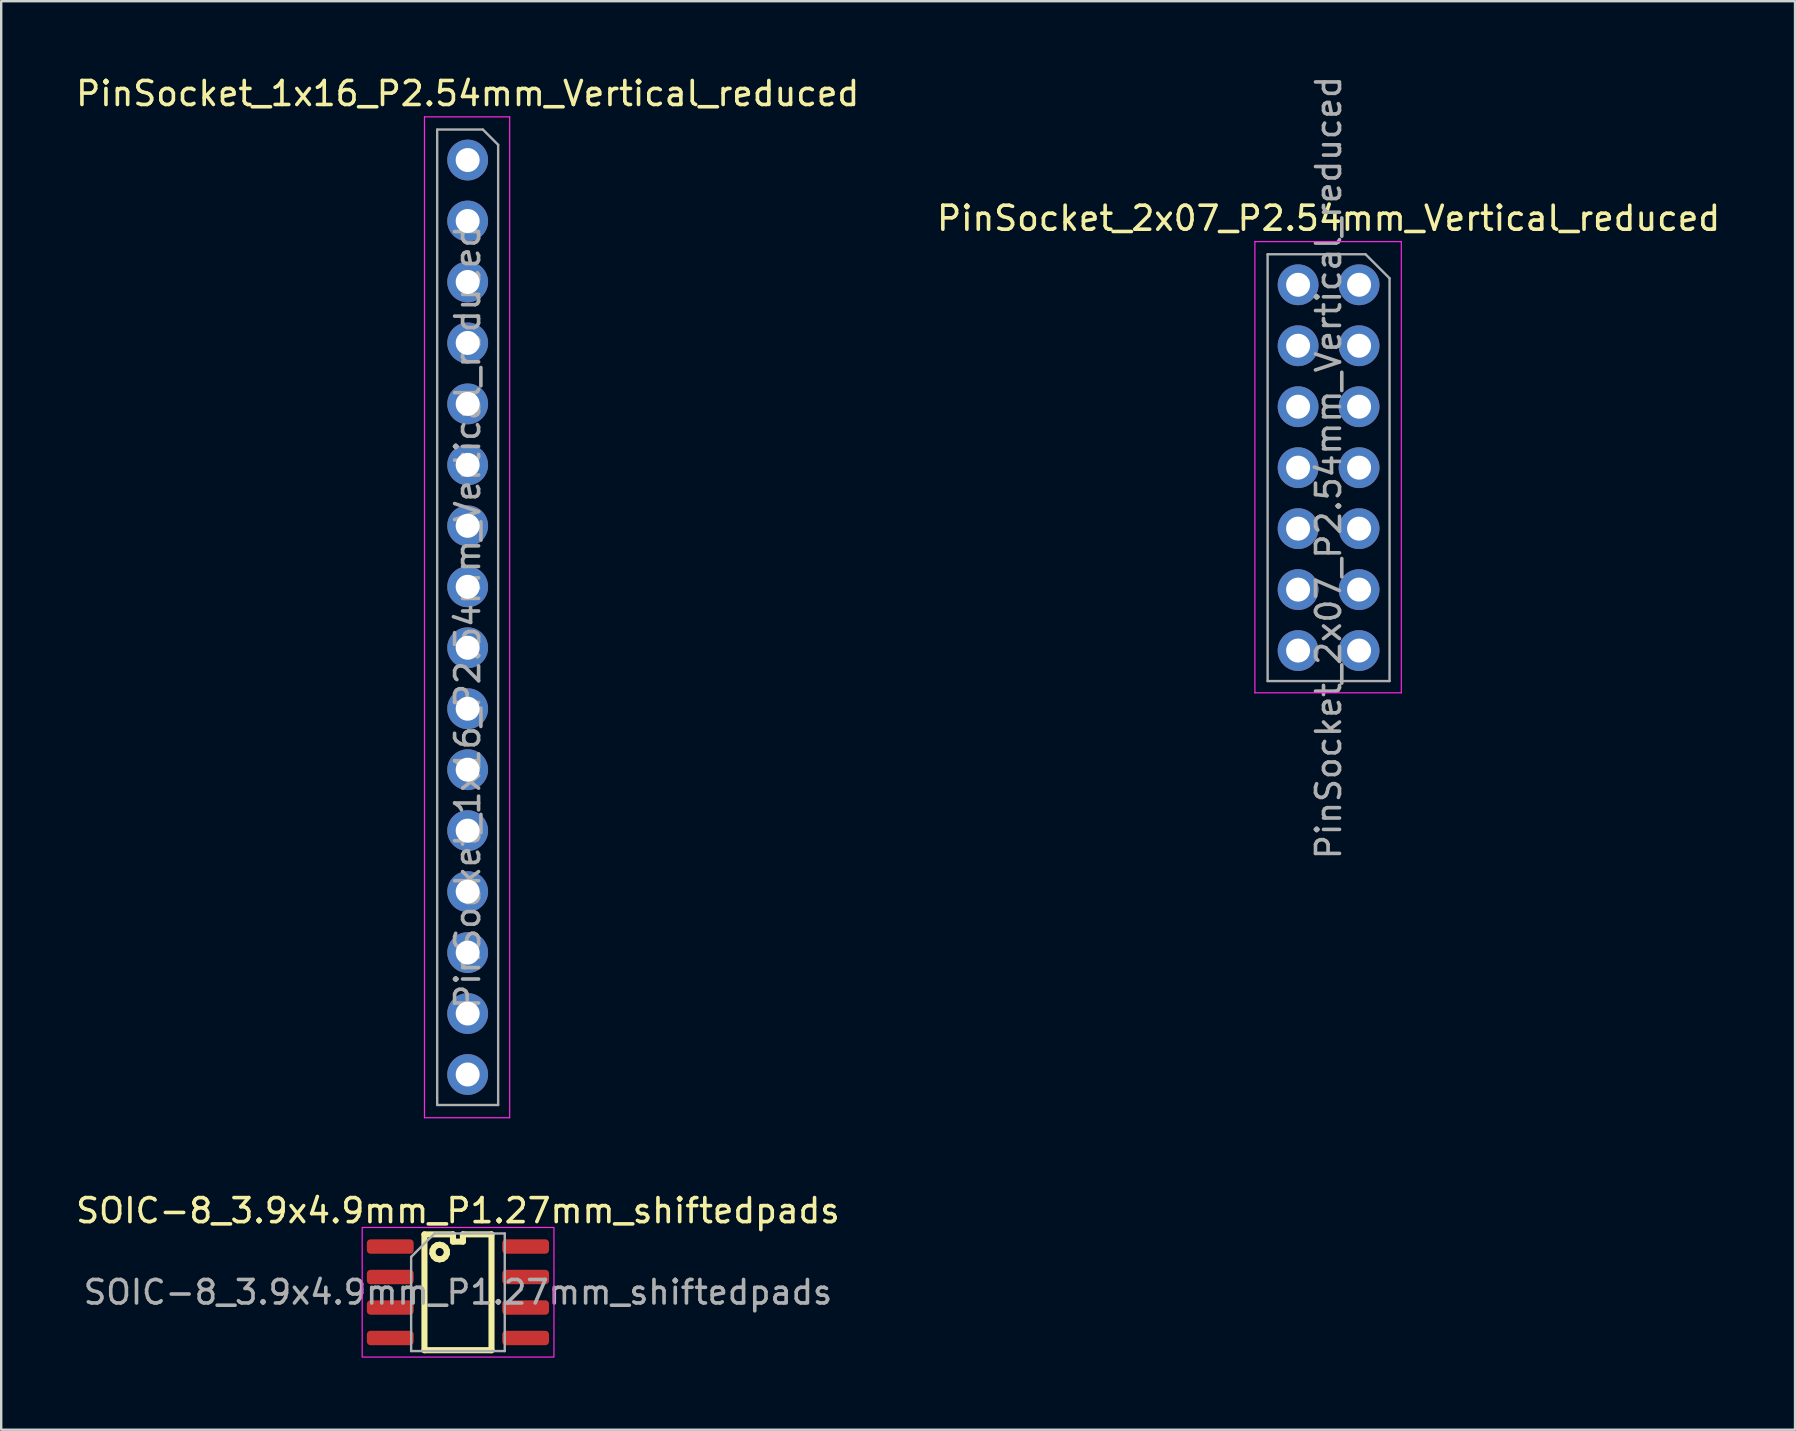
<source format=kicad_pcb>
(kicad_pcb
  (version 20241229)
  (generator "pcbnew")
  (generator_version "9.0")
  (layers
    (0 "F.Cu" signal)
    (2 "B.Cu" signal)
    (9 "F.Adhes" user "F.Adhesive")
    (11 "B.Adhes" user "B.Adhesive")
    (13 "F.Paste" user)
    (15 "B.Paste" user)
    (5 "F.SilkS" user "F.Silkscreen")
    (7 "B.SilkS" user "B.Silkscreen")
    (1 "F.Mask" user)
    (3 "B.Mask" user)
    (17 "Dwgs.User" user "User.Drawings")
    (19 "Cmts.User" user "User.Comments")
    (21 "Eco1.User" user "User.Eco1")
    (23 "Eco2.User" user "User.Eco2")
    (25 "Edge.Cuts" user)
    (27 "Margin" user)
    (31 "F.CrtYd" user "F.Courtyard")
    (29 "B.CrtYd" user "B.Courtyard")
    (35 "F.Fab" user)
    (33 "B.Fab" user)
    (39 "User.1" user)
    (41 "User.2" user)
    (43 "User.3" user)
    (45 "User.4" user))
  (footprint "SOIC-8_3.9x4.9mm_P1.27mm_shiftedpads"
    (layer "F.Cu")
    (at 16.03 50.791)
    (property "Reference" "SOIC-8_3.9x4.9mm_P1.27mm_shiftedpads" (at 0 -3.4 0) (layer "F.SilkS") (effects (font (size 1 1) (thickness 0.15))))
    (attr smd)
    (fp_line (start -1.396 -2.412) (end -0.207 -2.412) (stroke (width 0.254) (type solid)) (layer "F.SilkS"))
    (fp_line (start -1.396 2.414) (end -1.396 -2.412) (stroke (width 0.254) (type solid)) (layer "F.SilkS"))
    (fp_line (start -1.063 -1.62) (end -1.055 -1.757) (stroke (width 0.254) (type solid)) (layer "F.SilkS"))
    (fp_line (start -1.055 -1.757) (end -0.989 -1.876) (stroke (width 0.254) (type solid)) (layer "F.SilkS"))
    (fp_line (start -1.007 -1.495) (end -1.063 -1.62) (stroke (width 0.254) (type solid)) (layer "F.SilkS"))
    (fp_line (start -0.989 -1.876) (end -0.878 -1.958) (stroke (width 0.254) (type solid)) (layer "F.SilkS"))
    (fp_line (start -0.906 -1.404) (end -1.007 -1.495) (stroke (width 0.254) (type solid)) (layer "F.SilkS"))
    (fp_line (start -0.878 -1.958) (end -0.761 -1.98) (stroke (width 0.254) (type solid)) (layer "F.SilkS"))
    (fp_line (start -0.771 -1.371) (end -0.906 -1.404) (stroke (width 0.254) (type solid)) (layer "F.SilkS"))
    (fp_line (start -0.761 -1.98) (end -0.629 -1.947) (stroke (width 0.254) (type solid)) (layer "F.SilkS"))
    (fp_line (start -0.636 -1.396) (end -0.771 -1.371) (stroke (width 0.254) (type solid)) (layer "F.SilkS"))
    (fp_line (start -0.629 -1.947) (end -0.522 -1.861) (stroke (width 0.254) (type solid)) (layer "F.SilkS"))
    (fp_line (start -0.527 -1.48) (end -0.636 -1.396) (stroke (width 0.254) (type solid)) (layer "F.SilkS"))
    (fp_line (start -0.522 -1.861) (end -0.464 -1.739) (stroke (width 0.254) (type solid)) (layer "F.SilkS"))
    (fp_line (start -0.466 -1.602) (end -0.527 -1.48) (stroke (width 0.254) (type solid)) (layer "F.SilkS"))
    (fp_line (start -0.464 -1.739) (end -0.466 -1.602) (stroke (width 0.254) (type solid)) (layer "F.SilkS"))
    (fp_line (start -0.207 -2.412) (end -0.207 -2.11) (stroke (width 0.254) (type solid)) (layer "F.SilkS"))
    (fp_line (start -0.207 -2.11) (end 0.207 -2.11) (stroke (width 0.254) (type solid)) (layer "F.SilkS"))
    (fp_line (start 0.207 -2.412) (end 1.398 -2.412) (stroke (width 0.254) (type solid)) (layer "F.SilkS"))
    (fp_line (start 0.207 -2.11) (end 0.207 -2.412) (stroke (width 0.254) (type solid)) (layer "F.SilkS"))
    (fp_line (start 1.398 -2.412) (end 1.398 2.414) (stroke (width 0.254) (type solid)) (layer "F.SilkS"))
    (fp_line (start 1.398 2.414) (end -1.396 2.414) (stroke (width 0.254) (type solid)) (layer "F.SilkS"))
    (fp_rect (start -3.99 -2.7) (end 4 2.7) (stroke (width 0.05) (type solid)) (fill no) (layer "F.CrtYd"))
    (fp_line (start -1.95 -1.475) (end -0.975 -2.45) (stroke (width 0.1) (type solid)) (layer "F.Fab"))
    (fp_line (start -1.95 2.45) (end -1.95 -1.475) (stroke (width 0.1) (type solid)) (layer "F.Fab"))
    (fp_line (start -0.975 -2.45) (end 1.95 -2.45) (stroke (width 0.1) (type solid)) (layer "F.Fab"))
    (fp_line (start 1.95 -2.45) (end 1.95 2.45) (stroke (width 0.1) (type solid)) (layer "F.Fab"))
    (fp_line (start 1.95 2.45) (end -1.95 2.45) (stroke (width 0.1) (type solid)) (layer "F.Fab"))
    (fp_text user "${REFERENCE}" (at 0 0 0) (layer "F.Fab") (effects (font (size 0.98 0.98) (thickness 0.15))))
    (pad "1" smd roundrect (at -2.82 -1.905) (size 1.95 0.6) (layers "F.Cu" "F.Mask" "F.Paste") (roundrect_rratio 0.25))
    (pad "2" smd roundrect (at -2.82 -0.635) (size 1.95 0.6) (layers "F.Cu" "F.Mask" "F.Paste") (roundrect_rratio 0.25))
    (pad "3" smd roundrect (at -2.82 0.635) (size 1.95 0.6) (layers "F.Cu" "F.Mask" "F.Paste") (roundrect_rratio 0.25))
    (pad "4" smd roundrect (at -2.82 1.905) (size 1.95 0.6) (layers "F.Cu" "F.Mask" "F.Paste") (roundrect_rratio 0.25))
    (pad "5" smd roundrect (at 2.82 1.905) (size 1.95 0.6) (layers "F.Cu" "F.Mask" "F.Paste") (roundrect_rratio 0.25))
    (pad "6" smd roundrect (at 2.82 0.635) (size 1.95 0.6) (layers "F.Cu" "F.Mask" "F.Paste") (roundrect_rratio 0.25))
    (pad "7" smd roundrect (at 2.82 -0.635) (size 1.95 0.6) (layers "F.Cu" "F.Mask" "F.Paste") (roundrect_rratio 0.25))
    (pad "8" smd roundrect (at 2.82 -1.905) (size 1.95 0.6) (layers "F.Cu" "F.Mask" "F.Paste") (roundrect_rratio 0.25)))
  (footprint "PinSocket_1x16_P2.54mm_Vertical_reduced"
    (layer "F.Cu")
    (at 16.435 3.618)
    (property "Reference" "PinSocket_1x16_P2.54mm_Vertical_reduced" (at 0 -2.77 0) (layer "F.SilkS") (effects (font (size 1 1) (thickness 0.15))))
    (attr through_hole)
    (fp_line (start -1.8 -1.8) (end 1.75 -1.8) (stroke (width 0.05) (type solid)) (layer "F.CrtYd"))
    (fp_line (start -1.8 39.9) (end -1.8 -1.8) (stroke (width 0.05) (type solid)) (layer "F.CrtYd"))
    (fp_line (start 1.75 -1.8) (end 1.75 39.9) (stroke (width 0.05) (type solid)) (layer "F.CrtYd"))
    (fp_line (start 1.75 39.9) (end -1.8 39.9) (stroke (width 0.05) (type solid)) (layer "F.CrtYd"))
    (fp_line (start -1.27 -1.27) (end 0.635 -1.27) (stroke (width 0.1) (type solid)) (layer "F.Fab"))
    (fp_line (start -1.27 39.37) (end -1.27 -1.27) (stroke (width 0.1) (type solid)) (layer "F.Fab"))
    (fp_line (start 0.635 -1.27) (end 1.27 -0.635) (stroke (width 0.1) (type solid)) (layer "F.Fab"))
    (fp_line (start 1.27 -0.635) (end 1.27 39.37) (stroke (width 0.1) (type solid)) (layer "F.Fab"))
    (fp_line (start 1.27 39.37) (end -1.27 39.37) (stroke (width 0.1) (type solid)) (layer "F.Fab"))
    (fp_text user "${REFERENCE}" (at 0 19.05 270) (layer "F.Fab") (effects (font (size 1 1) (thickness 0.15))))
    (pad "1" thru_hole circle (at 0 0) (size 1.7 1.7) (drill 1) (layers "*.Cu" "*.Mask"))
    (pad "2" thru_hole circle (at 0 2.54) (size 1.7 1.7) (drill 1) (layers "*.Cu" "*.Mask"))
    (pad "3" thru_hole circle (at 0 5.08) (size 1.7 1.7) (drill 1) (layers "*.Cu" "*.Mask"))
    (pad "4" thru_hole circle (at 0 7.62) (size 1.7 1.7) (drill 1) (layers "*.Cu" "*.Mask"))
    (pad "5" thru_hole circle (at 0 10.16) (size 1.7 1.7) (drill 1) (layers "*.Cu" "*.Mask"))
    (pad "6" thru_hole circle (at 0 12.7) (size 1.7 1.7) (drill 1) (layers "*.Cu" "*.Mask"))
    (pad "7" thru_hole circle (at 0 15.24) (size 1.7 1.7) (drill 1) (layers "*.Cu" "*.Mask"))
    (pad "8" thru_hole circle (at 0 17.78) (size 1.7 1.7) (drill 1) (layers "*.Cu" "*.Mask"))
    (pad "9" thru_hole circle (at 0 20.32) (size 1.7 1.7) (drill 1) (layers "*.Cu" "*.Mask"))
    (pad "10" thru_hole circle (at 0 22.86) (size 1.7 1.7) (drill 1) (layers "*.Cu" "*.Mask"))
    (pad "11" thru_hole circle (at 0 25.4) (size 1.7 1.7) (drill 1) (layers "*.Cu" "*.Mask"))
    (pad "12" thru_hole circle (at 0 27.94) (size 1.7 1.7) (drill 1) (layers "*.Cu" "*.Mask"))
    (pad "13" thru_hole circle (at 0 30.48) (size 1.7 1.7) (drill 1) (layers "*.Cu" "*.Mask"))
    (pad "14" thru_hole circle (at 0 33.02) (size 1.7 1.7) (drill 1) (layers "*.Cu" "*.Mask"))
    (pad "15" thru_hole circle (at 0 35.56) (size 1.7 1.7) (drill 1) (layers "*.Cu" "*.Mask"))
    (pad "16" thru_hole circle (at 0 38.1) (size 1.7 1.7) (drill 1) (layers "*.Cu" "*.Mask")))
  (footprint "PinSocket_2x07_P2.54mm_Vertical_reduced"
    (layer "F.Cu")
    (at 53.574 8.815)
    (property "Reference" "PinSocket_2x07_P2.54mm_Vertical_reduced" (at -1.27 -2.77 0) (layer "F.SilkS") (effects (font (size 1 1) (thickness 0.15))))
    (attr through_hole)
    (fp_line (start -4.34 -1.8) (end 1.76 -1.8) (stroke (width 0.05) (type solid)) (layer "F.CrtYd"))
    (fp_line (start -4.34 17) (end -4.34 -1.8) (stroke (width 0.05) (type solid)) (layer "F.CrtYd"))
    (fp_line (start 1.76 -1.8) (end 1.76 17) (stroke (width 0.05) (type solid)) (layer "F.CrtYd"))
    (fp_line (start 1.76 17) (end -4.34 17) (stroke (width 0.05) (type solid)) (layer "F.CrtYd"))
    (fp_line (start -3.81 -1.27) (end 0.27 -1.27) (stroke (width 0.1) (type solid)) (layer "F.Fab"))
    (fp_line (start -3.81 16.51) (end -3.81 -1.27) (stroke (width 0.1) (type solid)) (layer "F.Fab"))
    (fp_line (start 0.27 -1.27) (end 1.27 -0.27) (stroke (width 0.1) (type solid)) (layer "F.Fab"))
    (fp_line (start 1.27 -0.27) (end 1.27 16.51) (stroke (width 0.1) (type solid)) (layer "F.Fab"))
    (fp_line (start 1.27 16.51) (end -3.81 16.51) (stroke (width 0.1) (type solid)) (layer "F.Fab"))
    (fp_text user "${REFERENCE}" (at -1.27 7.62 90) (layer "F.Fab") (effects (font (size 1 1) (thickness 0.15))))
    (pad "1" thru_hole circle (at 0 0) (size 1.7 1.7) (drill 1) (layers "*.Cu" "*.Mask"))
    (pad "2" thru_hole circle (at -2.54 0) (size 1.7 1.7) (drill 1) (layers "*.Cu" "*.Mask"))
    (pad "3" thru_hole circle (at 0 2.54) (size 1.7 1.7) (drill 1) (layers "*.Cu" "*.Mask"))
    (pad "4" thru_hole circle (at -2.54 2.54) (size 1.7 1.7) (drill 1) (layers "*.Cu" "*.Mask"))
    (pad "5" thru_hole circle (at 0 5.08) (size 1.7 1.7) (drill 1) (layers "*.Cu" "*.Mask"))
    (pad "6" thru_hole circle (at -2.54 5.08) (size 1.7 1.7) (drill 1) (layers "*.Cu" "*.Mask"))
    (pad "7" thru_hole circle (at 0 7.62) (size 1.7 1.7) (drill 1) (layers "*.Cu" "*.Mask"))
    (pad "8" thru_hole circle (at -2.54 7.62) (size 1.7 1.7) (drill 1) (layers "*.Cu" "*.Mask"))
    (pad "9" thru_hole circle (at 0 10.16) (size 1.7 1.7) (drill 1) (layers "*.Cu" "*.Mask"))
    (pad "10" thru_hole circle (at -2.54 10.16) (size 1.7 1.7) (drill 1) (layers "*.Cu" "*.Mask"))
    (pad "11" thru_hole circle (at 0 12.7) (size 1.7 1.7) (drill 1) (layers "*.Cu" "*.Mask"))
    (pad "12" thru_hole circle (at -2.54 12.7) (size 1.7 1.7) (drill 1) (layers "*.Cu" "*.Mask"))
    (pad "13" thru_hole circle (at 0 15.24) (size 1.7 1.7) (drill 1) (layers "*.Cu" "*.Mask"))
    (pad "14" thru_hole circle (at -2.54 15.24) (size 1.7 1.7) (drill 1) (layers "*.Cu" "*.Mask")))
  (gr_rect
    (start -3 -3)
    (end 71.738 56.517)
    (stroke (width 0.1) (type default))
    (fill no)
    (layer "Edge.Cuts")))
</source>
